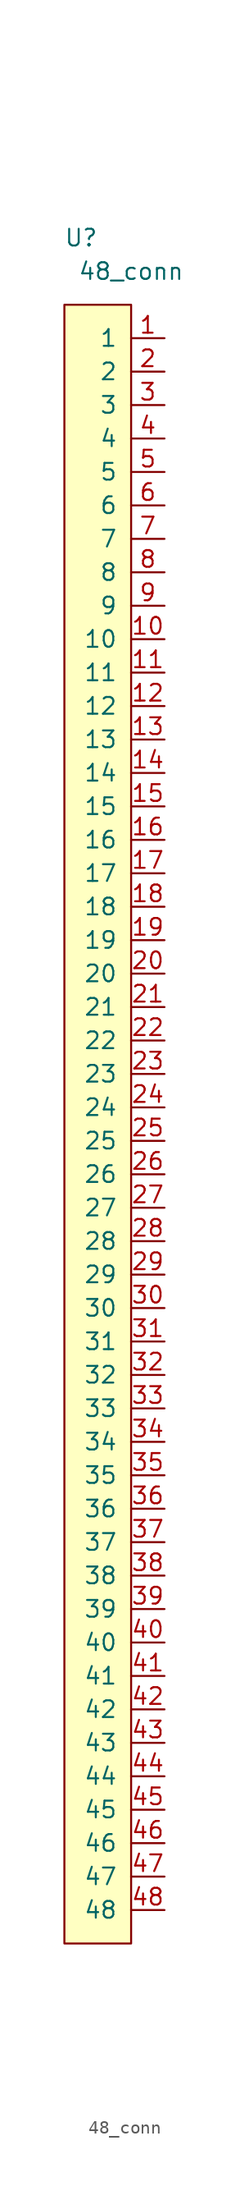
<source format=kicad_sym>
(kicad_symbol_lib
  (version 20220914)
  (generator kicad_symbol_editor)
  (symbol "48_conn"
    (pin_names
      (offset 1.016))
    (property "Reference" "U"
      (at 1.27 5.08 0)
      (effects (font (size 1.27 1.27))))
    (property "Value" "48_conn"
      (at 5.08 2.54 0)
      (effects (font (size 1.27 1.27))))
    (symbol "48_conn_0_1"
      (rectangle (start 0 0) (end 5.08 -124.46) (stroke (width 0) (type solid)) (fill (type background))))
    (symbol "48_conn_1_1"
      (pin input line (at 7.62 -2.54 180) (length 2.54) (name "1" (effects (font (size 1.27 1.27)))) (number "1" (effects (font (size 1.27 1.27)))))
      (pin input line (at 7.62 -25.4 180) (length 2.54) (name "10" (effects (font (size 1.27 1.27)))) (number "10" (effects (font (size 1.27 1.27)))))
      (pin input line (at 7.62 -27.94 180) (length 2.54) (name "11" (effects (font (size 1.27 1.27)))) (number "11" (effects (font (size 1.27 1.27)))))
      (pin input line (at 7.62 -30.48 180) (length 2.54) (name "12" (effects (font (size 1.27 1.27)))) (number "12" (effects (font (size 1.27 1.27)))))
      (pin input line (at 7.62 -33.02 180) (length 2.54) (name "13" (effects (font (size 1.27 1.27)))) (number "13" (effects (font (size 1.27 1.27)))))
      (pin input line (at 7.62 -35.56 180) (length 2.54) (name "14" (effects (font (size 1.27 1.27)))) (number "14" (effects (font (size 1.27 1.27)))))
      (pin input line (at 7.62 -38.1 180) (length 2.54) (name "15" (effects (font (size 1.27 1.27)))) (number "15" (effects (font (size 1.27 1.27)))))
      (pin input line (at 7.62 -40.64 180) (length 2.54) (name "16" (effects (font (size 1.27 1.27)))) (number "16" (effects (font (size 1.27 1.27)))))
      (pin input line (at 7.62 -43.18 180) (length 2.54) (name "17" (effects (font (size 1.27 1.27)))) (number "17" (effects (font (size 1.27 1.27)))))
      (pin input line (at 7.62 -45.72 180) (length 2.54) (name "18" (effects (font (size 1.27 1.27)))) (number "18" (effects (font (size 1.27 1.27)))))
      (pin input line (at 7.62 -48.26 180) (length 2.54) (name "19" (effects (font (size 1.27 1.27)))) (number "19" (effects (font (size 1.27 1.27)))))
      (pin input line (at 7.62 -5.08 180) (length 2.54) (name "2" (effects (font (size 1.27 1.27)))) (number "2" (effects (font (size 1.27 1.27)))))
      (pin input line (at 7.62 -50.8 180) (length 2.54) (name "20" (effects (font (size 1.27 1.27)))) (number "20" (effects (font (size 1.27 1.27)))))
      (pin input line (at 7.62 -53.34 180) (length 2.54) (name "21" (effects (font (size 1.27 1.27)))) (number "21" (effects (font (size 1.27 1.27)))))
      (pin input line (at 7.62 -55.88 180) (length 2.54) (name "22" (effects (font (size 1.27 1.27)))) (number "22" (effects (font (size 1.27 1.27)))))
      (pin input line (at 7.62 -58.42 180) (length 2.54) (name "23" (effects (font (size 1.27 1.27)))) (number "23" (effects (font (size 1.27 1.27)))))
      (pin input line (at 7.62 -60.96 180) (length 2.54) (name "24" (effects (font (size 1.27 1.27)))) (number "24" (effects (font (size 1.27 1.27)))))
      (pin input line (at 7.62 -63.5 180) (length 2.54) (name "25" (effects (font (size 1.27 1.27)))) (number "25" (effects (font (size 1.27 1.27)))))
      (pin input line (at 7.62 -66.04 180) (length 2.54) (name "26" (effects (font (size 1.27 1.27)))) (number "26" (effects (font (size 1.27 1.27)))))
      (pin input line (at 7.62 -68.58 180) (length 2.54) (name "27" (effects (font (size 1.27 1.27)))) (number "27" (effects (font (size 1.27 1.27)))))
      (pin input line (at 7.62 -71.12 180) (length 2.54) (name "28" (effects (font (size 1.27 1.27)))) (number "28" (effects (font (size 1.27 1.27)))))
      (pin input line (at 7.62 -73.66 180) (length 2.54) (name "29" (effects (font (size 1.27 1.27)))) (number "29" (effects (font (size 1.27 1.27)))))
      (pin input line (at 7.62 -7.62 180) (length 2.54) (name "3" (effects (font (size 1.27 1.27)))) (number "3" (effects (font (size 1.27 1.27)))))
      (pin input line (at 7.62 -76.2 180) (length 2.54) (name "30" (effects (font (size 1.27 1.27)))) (number "30" (effects (font (size 1.27 1.27)))))
      (pin input line (at 7.62 -78.74 180) (length 2.54) (name "31" (effects (font (size 1.27 1.27)))) (number "31" (effects (font (size 1.27 1.27)))))
      (pin input line (at 7.62 -81.28 180) (length 2.54) (name "32" (effects (font (size 1.27 1.27)))) (number "32" (effects (font (size 1.27 1.27)))))
      (pin input line (at 7.62 -83.82 180) (length 2.54) (name "33" (effects (font (size 1.27 1.27)))) (number "33" (effects (font (size 1.27 1.27)))))
      (pin input line (at 7.62 -86.36 180) (length 2.54) (name "34" (effects (font (size 1.27 1.27)))) (number "34" (effects (font (size 1.27 1.27)))))
      (pin input line (at 7.62 -88.9 180) (length 2.54) (name "35" (effects (font (size 1.27 1.27)))) (number "35" (effects (font (size 1.27 1.27)))))
      (pin input line (at 7.62 -91.44 180) (length 2.54) (name "36" (effects (font (size 1.27 1.27)))) (number "36" (effects (font (size 1.27 1.27)))))
      (pin input line (at 7.62 -93.98 180) (length 2.54) (name "37" (effects (font (size 1.27 1.27)))) (number "37" (effects (font (size 1.27 1.27)))))
      (pin input line (at 7.62 -96.52 180) (length 2.54) (name "38" (effects (font (size 1.27 1.27)))) (number "38" (effects (font (size 1.27 1.27)))))
      (pin input line (at 7.62 -99.06 180) (length 2.54) (name "39" (effects (font (size 1.27 1.27)))) (number "39" (effects (font (size 1.27 1.27)))))
      (pin input line (at 7.62 -10.16 180) (length 2.54) (name "4" (effects (font (size 1.27 1.27)))) (number "4" (effects (font (size 1.27 1.27)))))
      (pin input line (at 7.62 -101.6 180) (length 2.54) (name "40" (effects (font (size 1.27 1.27)))) (number "40" (effects (font (size 1.27 1.27)))))
      (pin input line (at 7.62 -104.14 180) (length 2.54) (name "41" (effects (font (size 1.27 1.27)))) (number "41" (effects (font (size 1.27 1.27)))))
      (pin input line (at 7.62 -106.68 180) (length 2.54) (name "42" (effects (font (size 1.27 1.27)))) (number "42" (effects (font (size 1.27 1.27)))))
      (pin input line (at 7.62 -109.22 180) (length 2.54) (name "43" (effects (font (size 1.27 1.27)))) (number "43" (effects (font (size 1.27 1.27)))))
      (pin input line (at 7.62 -111.76 180) (length 2.54) (name "44" (effects (font (size 1.27 1.27)))) (number "44" (effects (font (size 1.27 1.27)))))
      (pin input line (at 7.62 -114.3 180) (length 2.54) (name "45" (effects (font (size 1.27 1.27)))) (number "45" (effects (font (size 1.27 1.27)))))
      (pin input line (at 7.62 -116.84 180) (length 2.54) (name "46" (effects (font (size 1.27 1.27)))) (number "46" (effects (font (size 1.27 1.27)))))
      (pin input line (at 7.62 -119.38 180) (length 2.54) (name "47" (effects (font (size 1.27 1.27)))) (number "47" (effects (font (size 1.27 1.27)))))
      (pin input line (at 7.62 -121.92 180) (length 2.54) (name "48" (effects (font (size 1.27 1.27)))) (number "48" (effects (font (size 1.27 1.27)))))
      (pin input line (at 7.62 -12.7 180) (length 2.54) (name "5" (effects (font (size 1.27 1.27)))) (number "5" (effects (font (size 1.27 1.27)))))
      (pin input line (at 7.62 -15.24 180) (length 2.54) (name "6" (effects (font (size 1.27 1.27)))) (number "6" (effects (font (size 1.27 1.27)))))
      (pin input line (at 7.62 -17.78 180) (length 2.54) (name "7" (effects (font (size 1.27 1.27)))) (number "7" (effects (font (size 1.27 1.27)))))
      (pin input line (at 7.62 -20.32 180) (length 2.54) (name "8" (effects (font (size 1.27 1.27)))) (number "8" (effects (font (size 1.27 1.27)))))
      (pin input line (at 7.62 -22.86 180) (length 2.54) (name "9" (effects (font (size 1.27 1.27)))) (number "9" (effects (font (size 1.27 1.27))))))))
</source>
